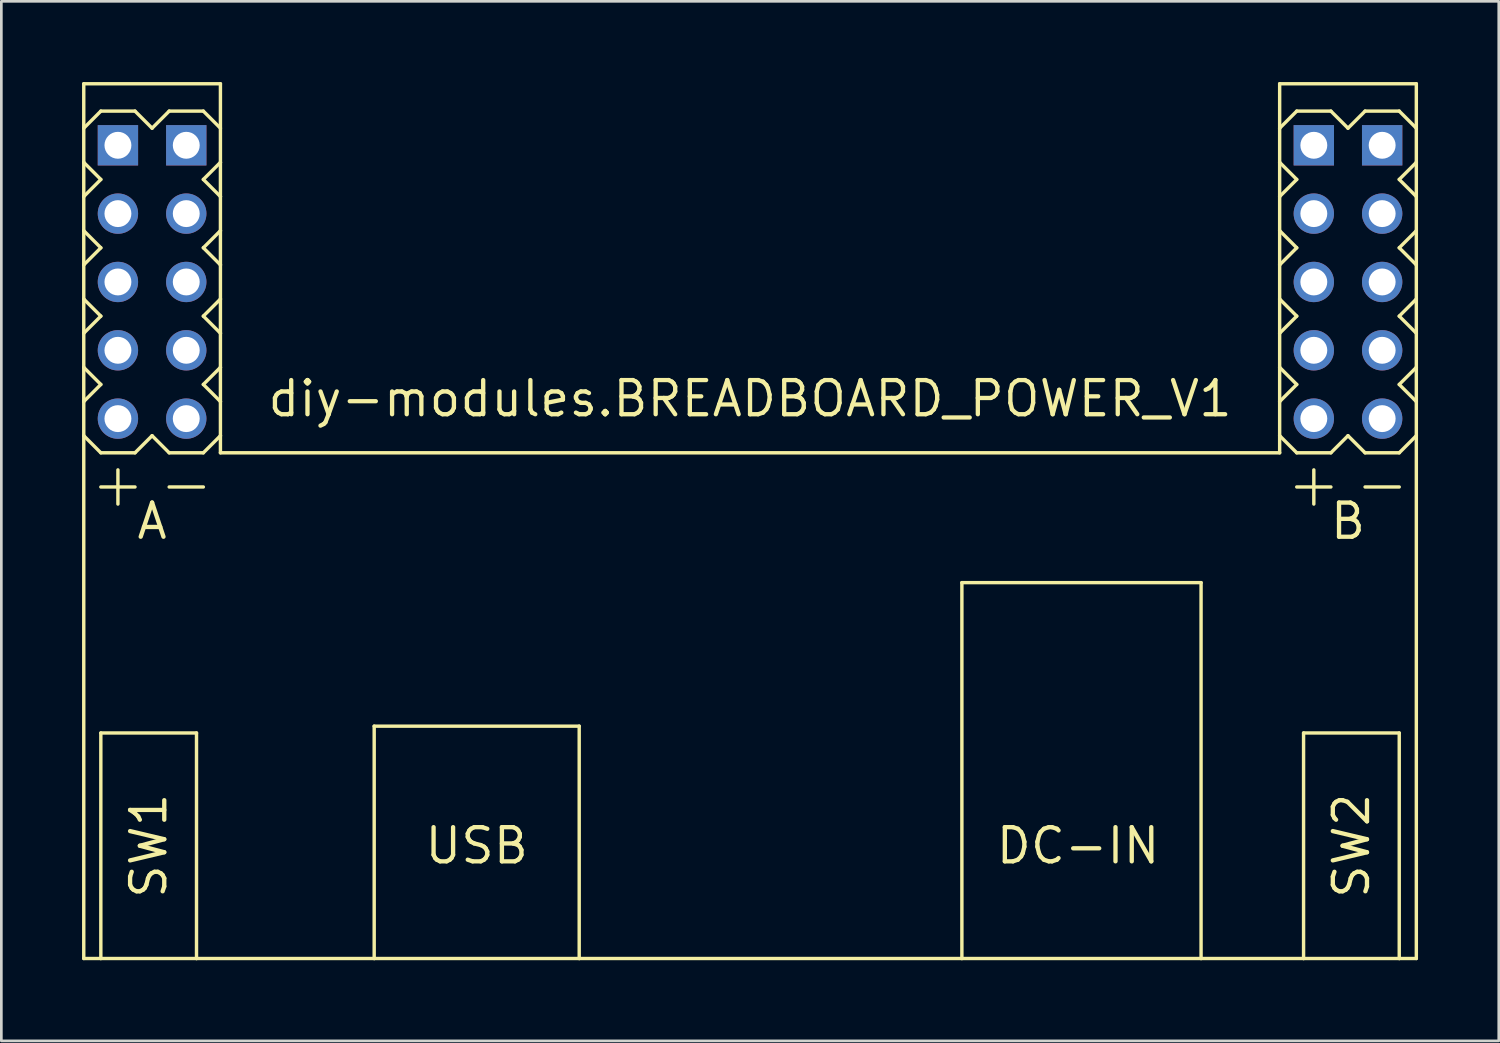
<source format=kicad_pcb>
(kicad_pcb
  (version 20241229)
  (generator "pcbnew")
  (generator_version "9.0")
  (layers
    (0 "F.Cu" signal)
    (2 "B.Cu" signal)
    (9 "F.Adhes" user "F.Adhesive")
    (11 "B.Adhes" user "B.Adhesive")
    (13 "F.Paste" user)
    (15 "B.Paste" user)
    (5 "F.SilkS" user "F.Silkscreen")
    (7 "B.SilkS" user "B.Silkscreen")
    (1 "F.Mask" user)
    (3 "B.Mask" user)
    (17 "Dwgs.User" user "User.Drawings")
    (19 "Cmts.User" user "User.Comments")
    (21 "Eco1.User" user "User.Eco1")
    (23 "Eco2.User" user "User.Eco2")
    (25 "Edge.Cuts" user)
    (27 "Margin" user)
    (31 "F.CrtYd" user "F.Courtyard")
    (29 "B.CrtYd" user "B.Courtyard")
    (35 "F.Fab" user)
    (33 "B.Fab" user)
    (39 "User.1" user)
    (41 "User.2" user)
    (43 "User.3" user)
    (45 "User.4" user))
  (footprint "diy-modules.BREADBOARD_POWER_V1"
    (layer "F.Cu")
    (at 24.828 16.32)
    (property "Reference" "diy-modules.BREADBOARD_POWER_V1" (at 0 -3.81 0) (layer "F.SilkS") (effects (font (size 1.27 1.27) (thickness 0.16)) (justify bottom)))
    (attr through_hole)
    (fp_line (start -24.765 -16.256) (end -24.765 -13.335) (stroke (width 0.127) (type default)) (layer "F.SilkS"))
    (fp_line (start -24.765 -13.335) (end -24.765 -12.065) (stroke (width 0.127) (type default)) (layer "F.SilkS"))
    (fp_line (start -24.765 -13.335) (end -24.13 -12.7) (stroke (width 0.127) (type default)) (layer "F.SilkS"))
    (fp_line (start -24.765 -12.065) (end -24.765 -10.795) (stroke (width 0.127) (type default)) (layer "F.SilkS"))
    (fp_line (start -24.765 -10.795) (end -24.765 -9.525) (stroke (width 0.127) (type default)) (layer "F.SilkS"))
    (fp_line (start -24.765 -10.795) (end -24.13 -10.16) (stroke (width 0.127) (type default)) (layer "F.SilkS"))
    (fp_line (start -24.765 -9.525) (end -24.765 -8.255) (stroke (width 0.127) (type default)) (layer "F.SilkS"))
    (fp_line (start -24.765 -8.255) (end -24.765 -6.985) (stroke (width 0.127) (type default)) (layer "F.SilkS"))
    (fp_line (start -24.765 -8.255) (end -24.13 -7.62) (stroke (width 0.127) (type default)) (layer "F.SilkS"))
    (fp_line (start -24.765 -6.985) (end -24.765 -5.715) (stroke (width 0.127) (type default)) (layer "F.SilkS"))
    (fp_line (start -24.765 -5.715) (end -24.765 -4.445) (stroke (width 0.127) (type default)) (layer "F.SilkS"))
    (fp_line (start -24.765 -5.715) (end -24.13 -5.08) (stroke (width 0.127) (type default)) (layer "F.SilkS"))
    (fp_line (start -24.765 -4.445) (end -24.765 -3.175) (stroke (width 0.127) (type default)) (layer "F.SilkS"))
    (fp_line (start -24.765 -3.175) (end -24.765 16.256) (stroke (width 0.127) (type default)) (layer "F.SilkS"))
    (fp_line (start -24.765 -3.175) (end -24.13 -2.54) (stroke (width 0.127) (type default)) (layer "F.SilkS"))
    (fp_line (start -24.765 16.256) (end -24.13 16.256) (stroke (width 0.127) (type default)) (layer "F.SilkS"))
    (fp_line (start -24.13 -15.24) (end -24.765 -14.605) (stroke (width 0.127) (type default)) (layer "F.SilkS"))
    (fp_line (start -24.13 -12.7) (end -24.765 -12.065) (stroke (width 0.127) (type default)) (layer "F.SilkS"))
    (fp_line (start -24.13 -10.16) (end -24.765 -9.525) (stroke (width 0.127) (type default)) (layer "F.SilkS"))
    (fp_line (start -24.13 -7.62) (end -24.765 -6.985) (stroke (width 0.127) (type default)) (layer "F.SilkS"))
    (fp_line (start -24.13 -5.08) (end -24.765 -4.445) (stroke (width 0.127) (type default)) (layer "F.SilkS"))
    (fp_line (start -24.13 -2.54) (end -22.86 -2.54) (stroke (width 0.127) (type default)) (layer "F.SilkS"))
    (fp_line (start -24.13 -1.27) (end -22.86 -1.27) (stroke (width 0.127) (type default)) (layer "F.SilkS"))
    (fp_line (start -24.13 16.256) (end -24.13 7.874) (stroke (width 0.127) (type default)) (layer "F.SilkS"))
    (fp_line (start -24.13 16.256) (end -20.574 16.256) (stroke (width 0.127) (type default)) (layer "F.SilkS"))
    (fp_line (start -23.495 -1.905) (end -23.495 -0.635) (stroke (width 0.127) (type default)) (layer "F.SilkS"))
    (fp_line (start -22.86 -15.24) (end -24.13 -15.24) (stroke (width 0.127) (type default)) (layer "F.SilkS"))
    (fp_line (start -22.86 -2.54) (end -22.225 -3.175) (stroke (width 0.127) (type default)) (layer "F.SilkS"))
    (fp_line (start -22.225 -14.605) (end -22.86 -15.24) (stroke (width 0.127) (type default)) (layer "F.SilkS"))
    (fp_line (start -22.225 -14.605) (end -21.59 -15.24) (stroke (width 0.127) (type default)) (layer "F.SilkS"))
    (fp_line (start -22.225 -3.175) (end -21.59 -2.54) (stroke (width 0.127) (type default)) (layer "F.SilkS"))
    (fp_line (start -21.59 -15.24) (end -20.32 -15.24) (stroke (width 0.127) (type default)) (layer "F.SilkS"))
    (fp_line (start -21.59 -2.54) (end -20.32 -2.54) (stroke (width 0.127) (type default)) (layer "F.SilkS"))
    (fp_line (start -21.59 -1.27) (end -20.32 -1.27) (stroke (width 0.127) (type default)) (layer "F.SilkS"))
    (fp_line (start -20.574 7.874) (end -24.13 7.874) (stroke (width 0.127) (type default)) (layer "F.SilkS"))
    (fp_line (start -20.574 16.256) (end -20.574 7.874) (stroke (width 0.127) (type default)) (layer "F.SilkS"))
    (fp_line (start -20.574 16.256) (end -13.97 16.256) (stroke (width 0.127) (type default)) (layer "F.SilkS"))
    (fp_line (start -20.32 -15.24) (end -19.685 -14.605) (stroke (width 0.127) (type default)) (layer "F.SilkS"))
    (fp_line (start -20.32 -12.7) (end -19.685 -13.335) (stroke (width 0.127) (type default)) (layer "F.SilkS"))
    (fp_line (start -20.32 -10.16) (end -19.685 -10.795) (stroke (width 0.127) (type default)) (layer "F.SilkS"))
    (fp_line (start -20.32 -7.62) (end -19.685 -8.255) (stroke (width 0.127) (type default)) (layer "F.SilkS"))
    (fp_line (start -20.32 -5.08) (end -19.685 -5.715) (stroke (width 0.127) (type default)) (layer "F.SilkS"))
    (fp_line (start -20.32 -2.54) (end -19.685 -3.175) (stroke (width 0.127) (type default)) (layer "F.SilkS"))
    (fp_line (start -19.685 -16.256) (end -24.765 -16.256) (stroke (width 0.127) (type default)) (layer "F.SilkS"))
    (fp_line (start -19.685 -13.335) (end -19.685 -16.256) (stroke (width 0.127) (type default)) (layer "F.SilkS"))
    (fp_line (start -19.685 -12.065) (end -20.32 -12.7) (stroke (width 0.127) (type default)) (layer "F.SilkS"))
    (fp_line (start -19.685 -12.065) (end -19.685 -13.335) (stroke (width 0.127) (type default)) (layer "F.SilkS"))
    (fp_line (start -19.685 -10.795) (end -19.685 -12.065) (stroke (width 0.127) (type default)) (layer "F.SilkS"))
    (fp_line (start -19.685 -9.525) (end -20.32 -10.16) (stroke (width 0.127) (type default)) (layer "F.SilkS"))
    (fp_line (start -19.685 -9.525) (end -19.685 -10.795) (stroke (width 0.127) (type default)) (layer "F.SilkS"))
    (fp_line (start -19.685 -8.255) (end -19.685 -9.525) (stroke (width 0.127) (type default)) (layer "F.SilkS"))
    (fp_line (start -19.685 -6.985) (end -20.32 -7.62) (stroke (width 0.127) (type default)) (layer "F.SilkS"))
    (fp_line (start -19.685 -6.985) (end -19.685 -8.255) (stroke (width 0.127) (type default)) (layer "F.SilkS"))
    (fp_line (start -19.685 -5.715) (end -19.685 -6.985) (stroke (width 0.127) (type default)) (layer "F.SilkS"))
    (fp_line (start -19.685 -4.445) (end -20.32 -5.08) (stroke (width 0.127) (type default)) (layer "F.SilkS"))
    (fp_line (start -19.685 -4.445) (end -19.685 -5.715) (stroke (width 0.127) (type default)) (layer "F.SilkS"))
    (fp_line (start -19.685 -3.175) (end -19.685 -4.445) (stroke (width 0.127) (type default)) (layer "F.SilkS"))
    (fp_line (start -19.685 -2.54) (end -19.685 -3.175) (stroke (width 0.127) (type default)) (layer "F.SilkS"))
    (fp_line (start -13.97 7.62) (end -6.35 7.62) (stroke (width 0.127) (type default)) (layer "F.SilkS"))
    (fp_line (start -13.97 16.256) (end -13.97 7.62) (stroke (width 0.127) (type default)) (layer "F.SilkS"))
    (fp_line (start -13.97 16.256) (end -6.35 16.256) (stroke (width 0.127) (type default)) (layer "F.SilkS"))
    (fp_line (start -6.35 7.62) (end -6.35 16.256) (stroke (width 0.127) (type default)) (layer "F.SilkS"))
    (fp_line (start -6.35 16.256) (end 7.874 16.256) (stroke (width 0.127) (type default)) (layer "F.SilkS"))
    (fp_line (start 7.874 2.286) (end 16.764 2.286) (stroke (width 0.127) (type default)) (layer "F.SilkS"))
    (fp_line (start 7.874 16.256) (end 7.874 2.286) (stroke (width 0.127) (type default)) (layer "F.SilkS"))
    (fp_line (start 7.874 16.256) (end 16.764 16.256) (stroke (width 0.127) (type default)) (layer "F.SilkS"))
    (fp_line (start 16.764 2.286) (end 16.764 16.256) (stroke (width 0.127) (type default)) (layer "F.SilkS"))
    (fp_line (start 16.764 16.256) (end 20.574 16.256) (stroke (width 0.127) (type default)) (layer "F.SilkS"))
    (fp_line (start 19.685 -16.256) (end 19.685 -14.605) (stroke (width 0.127) (type default)) (layer "F.SilkS"))
    (fp_line (start 19.685 -14.605) (end 19.685 -13.335) (stroke (width 0.127) (type default)) (layer "F.SilkS"))
    (fp_line (start 19.685 -14.605) (end 20.32 -15.24) (stroke (width 0.127) (type default)) (layer "F.SilkS"))
    (fp_line (start 19.685 -13.335) (end 19.685 -12.065) (stroke (width 0.127) (type default)) (layer "F.SilkS"))
    (fp_line (start 19.685 -13.335) (end 20.32 -12.7) (stroke (width 0.127) (type default)) (layer "F.SilkS"))
    (fp_line (start 19.685 -12.065) (end 19.685 -10.795) (stroke (width 0.127) (type default)) (layer "F.SilkS"))
    (fp_line (start 19.685 -10.795) (end 19.685 -9.525) (stroke (width 0.127) (type default)) (layer "F.SilkS"))
    (fp_line (start 19.685 -10.795) (end 20.32 -10.16) (stroke (width 0.127) (type default)) (layer "F.SilkS"))
    (fp_line (start 19.685 -9.525) (end 19.685 -8.255) (stroke (width 0.127) (type default)) (layer "F.SilkS"))
    (fp_line (start 19.685 -8.255) (end 19.685 -6.985) (stroke (width 0.127) (type default)) (layer "F.SilkS"))
    (fp_line (start 19.685 -8.255) (end 20.32 -7.62) (stroke (width 0.127) (type default)) (layer "F.SilkS"))
    (fp_line (start 19.685 -6.985) (end 19.685 -5.715) (stroke (width 0.127) (type default)) (layer "F.SilkS"))
    (fp_line (start 19.685 -5.715) (end 19.685 -4.445) (stroke (width 0.127) (type default)) (layer "F.SilkS"))
    (fp_line (start 19.685 -5.715) (end 20.32 -5.08) (stroke (width 0.127) (type default)) (layer "F.SilkS"))
    (fp_line (start 19.685 -4.445) (end 19.685 -3.175) (stroke (width 0.127) (type default)) (layer "F.SilkS"))
    (fp_line (start 19.685 -3.175) (end 19.685 -2.54) (stroke (width 0.127) (type default)) (layer "F.SilkS"))
    (fp_line (start 19.685 -3.175) (end 20.32 -2.54) (stroke (width 0.127) (type default)) (layer "F.SilkS"))
    (fp_line (start 19.685 -2.54) (end -19.685 -2.54) (stroke (width 0.127) (type default)) (layer "F.SilkS"))
    (fp_line (start 20.32 -15.24) (end 21.59 -15.24) (stroke (width 0.127) (type default)) (layer "F.SilkS"))
    (fp_line (start 20.32 -12.7) (end 19.685 -12.065) (stroke (width 0.127) (type default)) (layer "F.SilkS"))
    (fp_line (start 20.32 -10.16) (end 19.685 -9.525) (stroke (width 0.127) (type default)) (layer "F.SilkS"))
    (fp_line (start 20.32 -7.62) (end 19.685 -6.985) (stroke (width 0.127) (type default)) (layer "F.SilkS"))
    (fp_line (start 20.32 -5.08) (end 19.685 -4.445) (stroke (width 0.127) (type default)) (layer "F.SilkS"))
    (fp_line (start 20.32 -2.54) (end 21.59 -2.54) (stroke (width 0.127) (type default)) (layer "F.SilkS"))
    (fp_line (start 20.32 -1.27) (end 21.59 -1.27) (stroke (width 0.127) (type default)) (layer "F.SilkS"))
    (fp_line (start 20.574 7.874) (end 20.574 16.256) (stroke (width 0.127) (type default)) (layer "F.SilkS"))
    (fp_line (start 20.574 16.256) (end 24.13 16.256) (stroke (width 0.127) (type default)) (layer "F.SilkS"))
    (fp_line (start 20.955 -1.905) (end 20.955 -0.635) (stroke (width 0.127) (type default)) (layer "F.SilkS"))
    (fp_line (start 21.59 -15.24) (end 22.225 -14.605) (stroke (width 0.127) (type default)) (layer "F.SilkS"))
    (fp_line (start 21.59 -2.54) (end 22.225 -3.175) (stroke (width 0.127) (type default)) (layer "F.SilkS"))
    (fp_line (start 22.225 -14.605) (end 22.86 -15.24) (stroke (width 0.127) (type default)) (layer "F.SilkS"))
    (fp_line (start 22.225 -3.175) (end 22.86 -2.54) (stroke (width 0.127) (type default)) (layer "F.SilkS"))
    (fp_line (start 22.86 -15.24) (end 24.13 -15.24) (stroke (width 0.127) (type default)) (layer "F.SilkS"))
    (fp_line (start 22.86 -2.54) (end 24.13 -2.54) (stroke (width 0.127) (type default)) (layer "F.SilkS"))
    (fp_line (start 22.86 -1.27) (end 24.13 -1.27) (stroke (width 0.127) (type default)) (layer "F.SilkS"))
    (fp_line (start 24.13 -15.24) (end 24.765 -14.605) (stroke (width 0.127) (type default)) (layer "F.SilkS"))
    (fp_line (start 24.13 -12.7) (end 24.765 -13.335) (stroke (width 0.127) (type default)) (layer "F.SilkS"))
    (fp_line (start 24.13 -10.16) (end 24.765 -10.795) (stroke (width 0.127) (type default)) (layer "F.SilkS"))
    (fp_line (start 24.13 -7.62) (end 24.765 -8.255) (stroke (width 0.127) (type default)) (layer "F.SilkS"))
    (fp_line (start 24.13 -5.08) (end 24.765 -5.715) (stroke (width 0.127) (type default)) (layer "F.SilkS"))
    (fp_line (start 24.13 -2.54) (end 24.765 -3.175) (stroke (width 0.127) (type default)) (layer "F.SilkS"))
    (fp_line (start 24.13 7.874) (end 20.574 7.874) (stroke (width 0.127) (type default)) (layer "F.SilkS"))
    (fp_line (start 24.13 16.256) (end 24.13 7.874) (stroke (width 0.127) (type default)) (layer "F.SilkS"))
    (fp_line (start 24.13 16.256) (end 24.765 16.256) (stroke (width 0.127) (type default)) (layer "F.SilkS"))
    (fp_line (start 24.765 -16.256) (end 19.685 -16.256) (stroke (width 0.127) (type default)) (layer "F.SilkS"))
    (fp_line (start 24.765 -14.605) (end 24.765 -16.256) (stroke (width 0.127) (type default)) (layer "F.SilkS"))
    (fp_line (start 24.765 -13.335) (end 24.765 -14.605) (stroke (width 0.127) (type default)) (layer "F.SilkS"))
    (fp_line (start 24.765 -12.065) (end 24.13 -12.7) (stroke (width 0.127) (type default)) (layer "F.SilkS"))
    (fp_line (start 24.765 -12.065) (end 24.765 -13.335) (stroke (width 0.127) (type default)) (layer "F.SilkS"))
    (fp_line (start 24.765 -10.795) (end 24.765 -12.065) (stroke (width 0.127) (type default)) (layer "F.SilkS"))
    (fp_line (start 24.765 -9.525) (end 24.13 -10.16) (stroke (width 0.127) (type default)) (layer "F.SilkS"))
    (fp_line (start 24.765 -9.525) (end 24.765 -10.795) (stroke (width 0.127) (type default)) (layer "F.SilkS"))
    (fp_line (start 24.765 -8.255) (end 24.765 -9.525) (stroke (width 0.127) (type default)) (layer "F.SilkS"))
    (fp_line (start 24.765 -6.985) (end 24.13 -7.62) (stroke (width 0.127) (type default)) (layer "F.SilkS"))
    (fp_line (start 24.765 -6.985) (end 24.765 -8.255) (stroke (width 0.127) (type default)) (layer "F.SilkS"))
    (fp_line (start 24.765 -5.715) (end 24.765 -6.985) (stroke (width 0.127) (type default)) (layer "F.SilkS"))
    (fp_line (start 24.765 -4.445) (end 24.13 -5.08) (stroke (width 0.127) (type default)) (layer "F.SilkS"))
    (fp_line (start 24.765 -4.445) (end 24.765 -5.715) (stroke (width 0.127) (type default)) (layer "F.SilkS"))
    (fp_line (start 24.765 -3.175) (end 24.765 -4.445) (stroke (width 0.127) (type default)) (layer "F.SilkS"))
    (fp_line (start 24.765 16.256) (end 24.765 -3.175) (stroke (width 0.127) (type default)) (layer "F.SilkS"))
    (fp_text user "USB" (at -10.16 12.065 0) (layer "F.SilkS") (effects (font (size 1.27 1.27) (thickness 0.16))))
    (fp_text user "SW2" (at 22.352 12.065 90) (layer "F.SilkS") (effects (font (size 1.27 1.27) (thickness 0.16))))
    (fp_text user "SW1" (at -22.352 12.065 90) (layer "F.SilkS") (effects (font (size 1.27 1.27) (thickness 0.16))))
    (fp_text user "B" (at 22.225 0 0) (layer "F.SilkS") (effects (font (size 1.27 1.27) (thickness 0.16))))
    (fp_text user "A" (at -22.225 0 0) (layer "F.SilkS") (effects (font (size 1.27 1.27) (thickness 0.16))))
    (fp_text user "DC-IN" (at 12.192 12.065 0) (layer "F.SilkS") (effects (font (size 1.27 1.27) (thickness 0.16))))
    (pad "A.M.1" thru_hole rect (at -20.955 -13.97) (size 1.5 1.5) (drill 1) (layers "*.Cu" "*.Mask"))
    (pad "A.M.2" thru_hole circle (at -20.955 -11.43) (size 1.5 1.5) (drill 1) (layers "*.Cu" "*.Mask"))
    (pad "A.M.3" thru_hole circle (at -20.955 -8.89) (size 1.5 1.5) (drill 1) (layers "*.Cu" "*.Mask"))
    (pad "A.M.4" thru_hole circle (at -20.955 -6.35) (size 1.5 1.5) (drill 1) (layers "*.Cu" "*.Mask"))
    (pad "A.M.5" thru_hole circle (at -20.955 -3.81) (size 1.5 1.5) (drill 1) (layers "*.Cu" "*.Mask"))
    (pad "A.P.1" thru_hole rect (at -23.495 -13.97) (size 1.5 1.5) (drill 1) (layers "*.Cu" "*.Mask"))
    (pad "A.P.2" thru_hole circle (at -23.495 -11.43) (size 1.5 1.5) (drill 1) (layers "*.Cu" "*.Mask"))
    (pad "A.P.3" thru_hole circle (at -23.495 -8.89) (size 1.5 1.5) (drill 1) (layers "*.Cu" "*.Mask"))
    (pad "A.P.4" thru_hole circle (at -23.495 -6.35) (size 1.5 1.5) (drill 1) (layers "*.Cu" "*.Mask"))
    (pad "A.P.5" thru_hole circle (at -23.495 -3.81) (size 1.5 1.5) (drill 1) (layers "*.Cu" "*.Mask"))
    (pad "B.M.1" thru_hole rect (at 23.495 -13.97) (size 1.5 1.5) (drill 1) (layers "*.Cu" "*.Mask"))
    (pad "B.M.2" thru_hole circle (at 23.495 -11.43) (size 1.5 1.5) (drill 1) (layers "*.Cu" "*.Mask"))
    (pad "B.M.3" thru_hole circle (at 23.495 -8.89) (size 1.5 1.5) (drill 1) (layers "*.Cu" "*.Mask"))
    (pad "B.M.4" thru_hole circle (at 23.495 -6.35) (size 1.5 1.5) (drill 1) (layers "*.Cu" "*.Mask"))
    (pad "B.M.5" thru_hole circle (at 23.495 -3.81) (size 1.5 1.5) (drill 1) (layers "*.Cu" "*.Mask"))
    (pad "B.P.1" thru_hole rect (at 20.955 -13.97) (size 1.5 1.5) (drill 1) (layers "*.Cu" "*.Mask"))
    (pad "B.P.2" thru_hole circle (at 20.955 -11.43) (size 1.5 1.5) (drill 1) (layers "*.Cu" "*.Mask"))
    (pad "B.P.3" thru_hole circle (at 20.955 -8.89) (size 1.5 1.5) (drill 1) (layers "*.Cu" "*.Mask"))
    (pad "B.P.4" thru_hole circle (at 20.955 -6.35) (size 1.5 1.5) (drill 1) (layers "*.Cu" "*.Mask"))
    (pad "B.P.5" thru_hole circle (at 20.955 -3.81) (size 1.5 1.5) (drill 1) (layers "*.Cu" "*.Mask")))
  (gr_rect
    (start -3 -3)
    (end 52.657 35.639)
    (stroke (width 0.1) (type default))
    (fill no)
    (layer "Edge.Cuts")))
</source>
